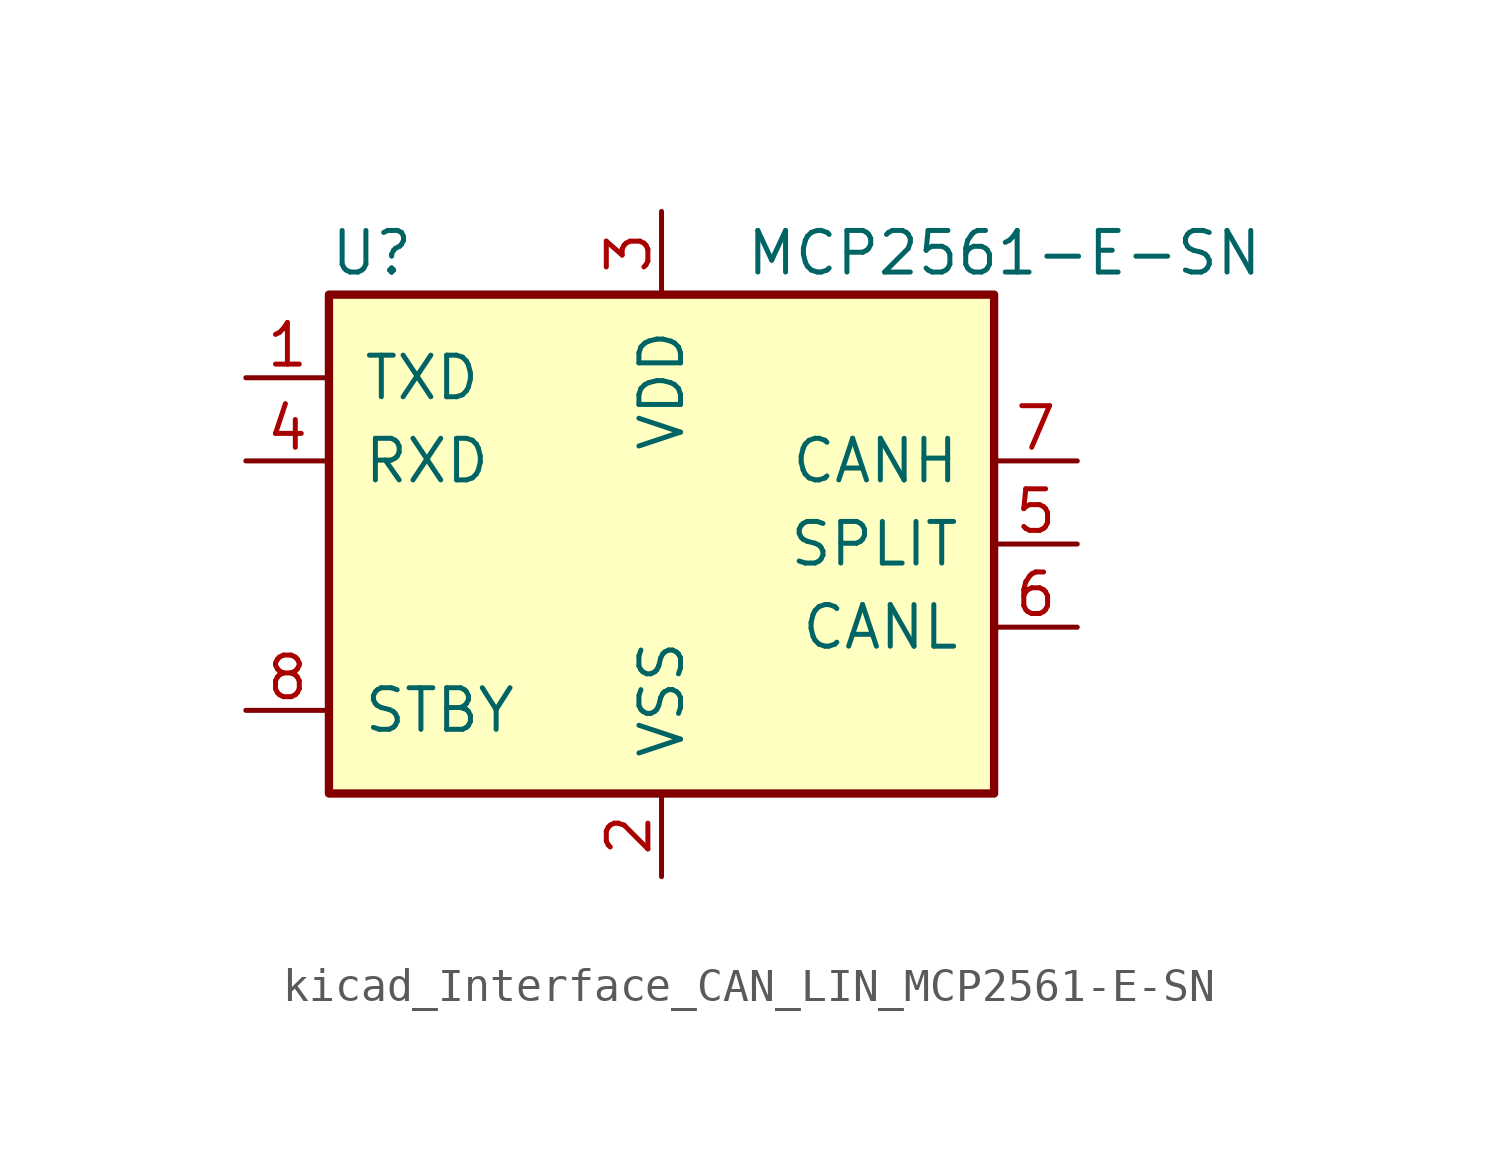
<source format=kicad_sym>
(kicad_symbol_lib
  (version 20220914)
  (generator kicad_symbol_editor)
  (symbol "kicad_Interface_CAN_LIN_MCP2561-E-SN"
    (pin_names
      (offset 1.016))
    (property "Reference" "U"
      (at -10.16 8.89 0)
      (effects (font (size 1.27 1.27)) (justify left)))
    (property "Value" "MCP2561-E-SN"
      (at 2.54 8.89 0)
      (effects (font (size 1.27 1.27)) (justify left)))
    (symbol "kicad_Interface_CAN_LIN_MCP2561-E-SN_0_1"
      (rectangle (start -10.16 7.62) (end 10.16 -7.62) (stroke (width 0.254) (type default)) (fill (type background))))
    (symbol "kicad_Interface_CAN_LIN_MCP2561-E-SN_1_1"
      (pin input line (at -12.7 5.08 0) (length 2.54) (name "TXD" (effects (font (size 1.27 1.27)))) (number "1" (effects (font (size 1.27 1.27)))))
      (pin power_in line (at 0 -10.16 90) (length 2.54) (name "VSS" (effects (font (size 1.27 1.27)))) (number "2" (effects (font (size 1.27 1.27)))))
      (pin power_in line (at 0 10.16 270) (length 2.54) (name "VDD" (effects (font (size 1.27 1.27)))) (number "3" (effects (font (size 1.27 1.27)))))
      (pin output line (at -12.7 2.54 0) (length 2.54) (name "RXD" (effects (font (size 1.27 1.27)))) (number "4" (effects (font (size 1.27 1.27)))))
      (pin passive line (at 12.7 0 180) (length 2.54) (name "SPLIT" (effects (font (size 1.27 1.27)))) (number "5" (effects (font (size 1.27 1.27)))))
      (pin bidirectional line (at 12.7 -2.54 180) (length 2.54) (name "CANL" (effects (font (size 1.27 1.27)))) (number "6" (effects (font (size 1.27 1.27)))))
      (pin bidirectional line (at 12.7 2.54 180) (length 2.54) (name "CANH" (effects (font (size 1.27 1.27)))) (number "7" (effects (font (size 1.27 1.27)))))
      (pin input line (at -12.7 -5.08 0) (length 2.54) (name "STBY" (effects (font (size 1.27 1.27)))) (number "8" (effects (font (size 1.27 1.27))))))))
</source>
